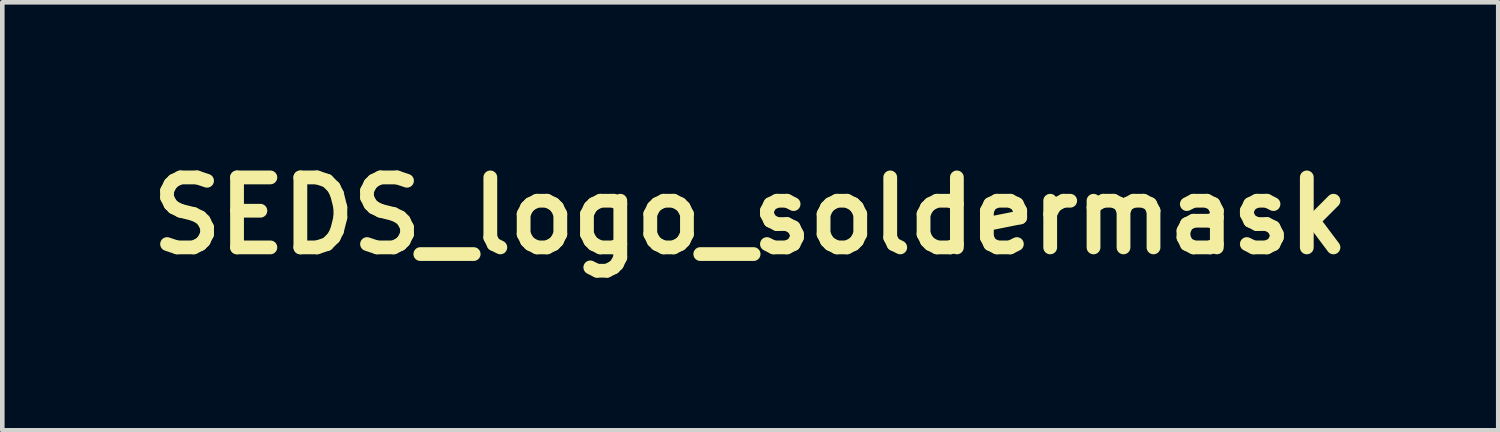
<source format=kicad_pcb>
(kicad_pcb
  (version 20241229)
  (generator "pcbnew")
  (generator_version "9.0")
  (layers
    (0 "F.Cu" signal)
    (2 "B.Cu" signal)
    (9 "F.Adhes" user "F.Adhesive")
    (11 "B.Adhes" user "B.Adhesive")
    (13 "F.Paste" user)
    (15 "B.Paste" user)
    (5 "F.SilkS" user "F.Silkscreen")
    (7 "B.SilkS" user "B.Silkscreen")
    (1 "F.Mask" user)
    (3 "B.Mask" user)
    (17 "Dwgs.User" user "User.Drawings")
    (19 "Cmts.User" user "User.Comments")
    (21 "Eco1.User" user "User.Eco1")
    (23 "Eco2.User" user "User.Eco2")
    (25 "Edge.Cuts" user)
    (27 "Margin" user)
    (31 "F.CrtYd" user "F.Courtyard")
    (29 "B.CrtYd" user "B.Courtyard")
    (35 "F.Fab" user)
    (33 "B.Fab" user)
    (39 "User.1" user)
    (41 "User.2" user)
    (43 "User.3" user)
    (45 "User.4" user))
  (footprint "SEDS_logo_soldermask"
    (layer "F.Cu")
    (at 13.288 1.648)
    (property "Reference" "SEDS_logo_soldermask" (at 0 0 0) (layer "F.SilkS") (effects (font (size 1.524 1.524) (thickness 0.3))))
    (attr through_hole)
    (fp_poly (pts (xy -1.438 -0.165) (xy -1.583 -0.066) (xy -1.803 -0.066) (xy -1.803 -0.671) (xy -1.438 -0.671) (xy -1.438 -0.165)) (stroke (width 0.01) (type solid)) (fill yes) (layer "F.Mask"))
    (fp_poly (pts (xy -1.505 0.119) (xy -1.433 0.168) (xy -1.433 0.747) (xy -1.803 0.747) (xy -1.803 0.071) (xy -1.577 0.071) (xy -1.505 0.119)) (stroke (width 0.01) (type solid)) (fill yes) (layer "F.Mask"))
    (fp_poly (pts (xy -0.224 -1.643) (xy -0.184 -1.643) (xy -0.154 -1.643) (xy -0.13 -1.642) (xy -0.11 -1.641) (xy -0.094 -1.639) (xy -0.08 -1.636) (xy -0.065 -1.633) (xy -0.058 -1.631) (xy -0.006 -1.615) (xy 0.039 -1.596) (xy 0.076 -1.574) (xy 0.108 -1.546) (xy 0.114 -1.541) (xy 0.142 -1.504) (xy 0.162 -1.462) (xy 0.174 -1.414) (xy 0.177 -1.361) (xy 0.173 -1.303) (xy 0.16 -1.241) (xy 0.139 -1.174) (xy 0.11 -1.102) (xy 0.074 -1.027) (xy 0.029 -0.947) (xy 0.000415 -0.901) (xy -0.04 -0.839) (xy 0.969 -0.837) (xy 1.089 -0.837) (xy 1.199 -0.836) (xy 1.3 -0.836) (xy 1.392 -0.836) (xy 1.476 -0.836) (xy 1.552 -0.836) (xy 1.62 -0.835) (xy 1.681 -0.835) (xy 1.736 -0.835) (xy 1.784 -0.835) (xy 1.827 -0.834) (xy 1.865 -0.834) (xy 1.897 -0.833) (xy 1.925 -0.833) (xy 1.95 -0.832) (xy 1.97 -0.832) (xy 1.988 -0.831) (xy 2.003 -0.83) (xy 2.016 -0.829) (xy 2.028 -0.829) (xy 2.038 -0.828) (xy 2.047 -0.827) (xy 2.05 -0.826) (xy 2.158 -0.81) (xy 2.257 -0.79) (xy 2.349 -0.766) (xy 2.435 -0.737) (xy 2.515 -0.703) (xy 2.591 -0.664) (xy 2.659 -0.623) (xy 2.722 -0.576) (xy 2.782 -0.522) (xy 2.837 -0.462) (xy 2.886 -0.398) (xy 2.927 -0.333) (xy 2.937 -0.313) (xy 2.954 -0.275) (xy 2.971 -0.232) (xy 2.986 -0.185) (xy 2.998 -0.138) (xy 3.005 -0.104) (xy 3.01 -0.066) (xy 3.014 -0.021) (xy 3.015 0.027) (xy 3.014 0.076) (xy 3.011 0.122) (xy 3.007 0.162) (xy 3.005 0.17) (xy 2.987 0.249) (xy 2.96 0.325) (xy 2.926 0.398) (xy 2.885 0.465) (xy 2.838 0.525) (xy 2.83 0.535) (xy 2.798 0.569) (xy 3.372 0.569) (xy 3.463 0.569) (xy 3.544 0.569) (xy 3.616 0.569) (xy 3.68 0.569) (xy 3.736 0.569) (xy 3.785 0.568) (xy 3.827 0.568) (xy 3.862 0.567) (xy 3.893 0.567) (xy 3.918 0.565) (xy 3.939 0.564) (xy 3.956 0.563) (xy 3.97 0.561) (xy 3.982 0.558) (xy 3.991 0.556) (xy 3.999 0.553) (xy 4.006 0.55) (xy 4.012 0.546) (xy 4.019 0.541) (xy 4.024 0.538) (xy 4.053 0.515) (xy 4.076 0.488) (xy 4.096 0.453) (xy 4.096 0.452) (xy 4.109 0.414) (xy 4.113 0.373) (xy 4.107 0.332) (xy 4.1 0.307) (xy 4.084 0.279) (xy 4.062 0.25) (xy 4.035 0.225) (xy 4.006 0.205) (xy 3.99 0.198) (xy 3.983 0.195) (xy 3.975 0.193) (xy 3.967 0.191) (xy 3.957 0.189) (xy 3.944 0.188) (xy 3.927 0.187) (xy 3.906 0.186) (xy 3.878 0.185) (xy 3.844 0.184) (xy 3.801 0.184) (xy 3.75 0.183) (xy 3.739 0.183) (xy 3.685 0.182) (xy 3.641 0.181) (xy 3.604 0.18) (xy 3.575 0.18) (xy 3.551 0.179) (xy 3.533 0.178) (xy 3.518 0.176) (xy 3.505 0.175) (xy 3.495 0.173) (xy 3.485 0.17) (xy 3.477 0.168) (xy 3.409 0.144) (xy 3.344 0.111) (xy 3.285 0.071) (xy 3.255 0.046) (xy 3.214 0.003) (xy 3.177 -0.048) (xy 3.145 -0.103) (xy 3.119 -0.161) (xy 3.108 -0.196) (xy 3.104 -0.211) (xy 3.101 -0.226) (xy 3.098 -0.242) (xy 3.097 -0.262) (xy 3.097 -0.286) (xy 3.096 -0.318) (xy 3.096 -0.33) (xy 3.097 -0.376) (xy 3.099 -0.414) (xy 3.103 -0.447) (xy 3.11 -0.477) (xy 3.12 -0.507) (xy 3.134 -0.539) (xy 3.145 -0.562) (xy 3.18 -0.622) (xy 3.223 -0.677) (xy 3.273 -0.725) (xy 3.329 -0.766) (xy 3.39 -0.8) (xy 3.454 -0.825) (xy 3.522 -0.841) (xy 3.536 -0.843) (xy 3.552 -0.844) (xy 3.577 -0.846) (xy 3.612 -0.846) (xy 3.657 -0.847) (xy 3.713 -0.847) (xy 3.778 -0.848) (xy 3.853 -0.848) (xy 3.939 -0.847) (xy 3.955 -0.847) (xy 4.331 -0.846) (xy 4.359 -0.833) (xy 4.392 -0.812) (xy 4.418 -0.786) (xy 4.438 -0.755) (xy 4.449 -0.721) (xy 4.453 -0.686) (xy 4.45 -0.651) (xy 4.438 -0.617) (xy 4.418 -0.586) (xy 4.404 -0.571) (xy 4.387 -0.558) (xy 4.366 -0.545) (xy 4.354 -0.539) (xy 4.326 -0.526) (xy 3.558 -0.521) (xy 3.525 -0.504) (xy 3.491 -0.483) (xy 3.461 -0.455) (xy 3.438 -0.423) (xy 3.428 -0.403) (xy 3.419 -0.367) (xy 3.417 -0.328) (xy 3.421 -0.29) (xy 3.429 -0.263) (xy 3.444 -0.233) (xy 3.467 -0.204) (xy 3.495 -0.179) (xy 3.524 -0.16) (xy 3.524 -0.16) (xy 3.553 -0.145) (xy 3.764 -0.142) (xy 3.816 -0.141) (xy 3.864 -0.14) (xy 3.907 -0.138) (xy 3.944 -0.137) (xy 3.974 -0.135) (xy 3.996 -0.134) (xy 4.008 -0.132) (xy 4.078 -0.115) (xy 4.143 -0.089) (xy 4.202 -0.056) (xy 4.257 -0.015) (xy 4.304 0.032) (xy 4.346 0.084) (xy 4.38 0.141) (xy 4.406 0.202) (xy 4.425 0.266) (xy 4.435 0.333) (xy 4.437 0.401) (xy 4.429 0.471) (xy 4.416 0.522) (xy 4.393 0.587) (xy 4.362 0.646) (xy 4.322 0.701) (xy 4.277 0.749) (xy 4.221 0.796) (xy 4.16 0.834) (xy 4.095 0.863) (xy 4.028 0.882) (xy 4.023 0.883) (xy 4.017 0.884) (xy 4.011 0.885) (xy 4.003 0.886) (xy 3.993 0.887) (xy 3.981 0.887) (xy 3.967 0.888) (xy 3.949 0.888) (xy 3.928 0.889) (xy 3.903 0.889) (xy 3.875 0.89) (xy 3.841 0.89) (xy 3.803 0.89) (xy 3.759 0.891) (xy 3.71 0.891) (xy 3.654 0.891) (xy 3.592 0.891) (xy 3.523 0.891) (xy 3.446 0.891) (xy 3.362 0.891) (xy 3.269 0.891) (xy 3.168 0.892) (xy 3.059 0.892) (xy 2.939 0.892) (xy 2.81 0.892) (xy 2.802 0.892) (xy 1.618 0.892) (xy 1.527 0.88) (xy 1.43 0.866) (xy 1.341 0.849) (xy 1.259 0.829) (xy 1.182 0.805) (xy 1.108 0.777) (xy 1.036 0.744) (xy 1.016 0.734) (xy 0.956 0.7) (xy 0.901 0.664) (xy 0.85 0.623) (xy 0.799 0.576) (xy 0.795 0.572) (xy 0.736 0.508) (xy 0.688 0.441) (xy 0.648 0.371) (xy 0.617 0.296) (xy 0.593 0.215) (xy 0.583 0.165) (xy 0.578 0.12) (xy 0.575 0.069) (xy 0.574 0.015) (xy 0.577 -0.039) (xy 0.582 -0.089) (xy 0.589 -0.133) (xy 0.59 -0.136) (xy 0.93 -0.136) (xy 0.93 -0.13) (xy 0.931 -0.13) (xy 0.937 -0.129) (xy 0.952 -0.128) (xy 0.976 -0.128) (xy 1.006 -0.127) (xy 1.042 -0.127) (xy 1.083 -0.126) (xy 1.128 -0.126) (xy 1.156 -0.126) (xy 1.374 -0.124) (xy 1.403 -0.11) (xy 1.436 -0.089) (xy 1.463 -0.06) (xy 1.48 -0.031) (xy 1.488 -0.005) (xy 1.491 0.026) (xy 1.49 0.058) (xy 1.484 0.087) (xy 1.48 0.097) (xy 1.459 0.13) (xy 1.431 0.158) (xy 1.403 0.176) (xy 1.374 0.191) (xy 1.152 0.192) (xy 1.097 0.192) (xy 1.052 0.193) (xy 1.015 0.193) (xy 0.987 0.194) (xy 0.965 0.195) (xy 0.949 0.196) (xy 0.938 0.199) (xy 0.932 0.202) (xy 0.93 0.206) (xy 0.931 0.211) (xy 0.934 0.218) (xy 0.938 0.226) (xy 0.941 0.23) (xy 0.974 0.286) (xy 1.017 0.337) (xy 1.069 0.383) (xy 1.128 0.424) (xy 1.196 0.461) (xy 1.272 0.492) (xy 1.356 0.518) (xy 1.446 0.539) (xy 1.499 0.548) (xy 1.532 0.553) (xy 1.557 0.557) (xy 1.576 0.56) (xy 1.59 0.561) (xy 1.601 0.562) (xy 1.611 0.563) (xy 1.614 0.563) (xy 1.631 0.564) (xy 1.631 -0.018) (xy 1.956 -0.018) (xy 1.956 0.565) (xy 1.988 0.562) (xy 2.006 0.56) (xy 2.031 0.557) (xy 2.058 0.553) (xy 2.078 0.551) (xy 2.122 0.543) (xy 2.171 0.533) (xy 2.221 0.521) (xy 2.27 0.507) (xy 2.314 0.493) (xy 2.342 0.483) (xy 2.416 0.45) (xy 2.481 0.412) (xy 2.537 0.369) (xy 2.585 0.321) (xy 2.624 0.269) (xy 2.656 0.211) (xy 2.679 0.148) (xy 2.679 0.148) (xy 2.683 0.131) (xy 2.686 0.114) (xy 2.688 0.096) (xy 2.689 0.073) (xy 2.689 0.044) (xy 2.689 0.03) (xy 2.689 -0.001) (xy 2.688 -0.025) (xy 2.687 -0.044) (xy 2.684 -0.061) (xy 2.68 -0.078) (xy 2.675 -0.094) (xy 2.651 -0.157) (xy 2.618 -0.216) (xy 2.576 -0.27) (xy 2.525 -0.318) (xy 2.466 -0.361) (xy 2.398 -0.4) (xy 2.323 -0.432) (xy 2.239 -0.46) (xy 2.147 -0.482) (xy 2.047 -0.499) (xy 2.036 -0.5) (xy 2.011 -0.503) (xy 1.99 -0.506) (xy 1.974 -0.507) (xy 1.966 -0.508) (xy 1.964 -0.508) (xy 1.963 -0.507) (xy 1.961 -0.505) (xy 1.96 -0.501) (xy 1.959 -0.494) (xy 1.959 -0.485) (xy 1.958 -0.472) (xy 1.957 -0.454) (xy 1.957 -0.432) (xy 1.957 -0.405) (xy 1.956 -0.372) (xy 1.956 -0.332) (xy 1.956 -0.286) (xy 1.956 -0.232) (xy 1.956 -0.169) (xy 1.956 -0.098) (xy 1.956 -0.018) (xy 1.631 -0.018) (xy 1.631 -0.509) (xy 1.596 -0.506) (xy 1.499 -0.493) (xy 1.408 -0.475) (xy 1.323 -0.452) (xy 1.244 -0.423) (xy 1.173 -0.39) (xy 1.11 -0.353) (xy 1.054 -0.311) (xy 1.008 -0.265) (xy 0.997 -0.252) (xy 0.982 -0.232) (xy 0.967 -0.21) (xy 0.953 -0.188) (xy 0.942 -0.167) (xy 0.934 -0.149) (xy 0.93 -0.136) (xy 0.59 -0.136) (xy 0.591 -0.142) (xy 0.616 -0.229) (xy 0.65 -0.309) (xy 0.692 -0.385) (xy 0.743 -0.455) (xy 0.76 -0.476) (xy 0.793 -0.513) (xy 0.245 -0.513) (xy -0.302 -0.513) (xy -0.338 -0.474) (xy -0.353 -0.458) (xy -0.373 -0.436) (xy -0.397 -0.411) (xy -0.422 -0.385) (xy -0.447 -0.359) (xy -0.448 -0.358) (xy -0.523 -0.282) (xy -0.51 -0.252) (xy -0.489 -0.212) (xy -0.461 -0.18) (xy -0.425 -0.155) (xy -0.398 -0.142) (xy -0.39 -0.139) (xy -0.383 -0.136) (xy -0.375 -0.135) (xy -0.364 -0.133) (xy -0.351 -0.132) (xy -0.334 -0.131) (xy -0.311 -0.13) (xy -0.283 -0.129) (xy -0.247 -0.128) (xy -0.204 -0.128) (xy -0.151 -0.127) (xy -0.147 -0.127) (xy -0.094 -0.126) (xy -0.049 -0.125) (xy -0.013 -0.124) (xy 0.017 -0.124) (xy 0.041 -0.123) (xy 0.059 -0.121) (xy 0.074 -0.12) (xy 0.087 -0.118) (xy 0.098 -0.116) (xy 0.108 -0.114) (xy 0.114 -0.112) (xy 0.181 -0.089) (xy 0.243 -0.057) (xy 0.301 -0.017) (xy 0.339 0.018) (xy 0.389 0.071) (xy 0.428 0.129) (xy 0.459 0.192) (xy 0.481 0.259) (xy 0.493 0.33) (xy 0.496 0.363) (xy 0.495 0.436) (xy 0.484 0.506) (xy 0.463 0.574) (xy 0.433 0.637) (xy 0.395 0.697) (xy 0.347 0.751) (xy 0.346 0.752) (xy 0.291 0.8) (xy 0.231 0.839) (xy 0.167 0.869) (xy 0.1 0.89) (xy 0.054 0.899) (xy 0.04 0.9) (xy 0.016 0.901) (xy -0.017 0.902) (xy -0.06 0.903) (xy -0.112 0.903) (xy -0.172 0.904) (xy -0.24 0.904) (xy -0.316 0.904) (xy -0.348 0.904) (xy -0.417 0.904) (xy -0.478 0.904) (xy -0.529 0.904) (xy -0.573 0.904) (xy -0.609 0.904) (xy -0.639 0.903) (xy -0.664 0.903) (xy -0.684 0.902) (xy -0.699 0.901) (xy -0.712 0.9) (xy -0.721 0.899) (xy -0.729 0.898) (xy -0.736 0.896) (xy -0.743 0.894) (xy -0.743 0.894) (xy -0.779 0.878) (xy -0.809 0.854) (xy -0.833 0.823) (xy -0.85 0.788) (xy -0.856 0.758) (xy -0.857 0.738) (xy -0.854 0.717) (xy -0.849 0.697) (xy -0.833 0.66) (xy -0.809 0.629) (xy -0.777 0.605) (xy -0.761 0.596) (xy -0.729 0.582) (xy 0.028 0.577) (xy 0.057 0.563) (xy 0.091 0.543) (xy 0.121 0.516) (xy 0.145 0.485) (xy 0.155 0.466) (xy 0.169 0.425) (xy 0.172 0.383) (xy 0.167 0.343) (xy 0.154 0.304) (xy 0.132 0.27) (xy 0.103 0.24) (xy 0.067 0.217) (xy 0.047 0.208) (xy 0.04 0.205) (xy 0.032 0.203) (xy 0.023 0.201) (xy 0.013 0.199) (xy -0.001 0.198) (xy -0.019 0.197) (xy -0.042 0.196) (xy -0.072 0.195) (xy -0.108 0.195) (xy -0.153 0.194) (xy -0.203 0.193) (xy -0.257 0.192) (xy -0.301 0.191) (xy -0.338 0.19) (xy -0.368 0.19) (xy -0.391 0.189) (xy -0.41 0.187) (xy -0.425 0.186) (xy -0.438 0.184) (xy -0.449 0.182) (xy -0.459 0.18) (xy -0.465 0.178) (xy -0.502 0.166) (xy -0.541 0.15) (xy -0.581 0.13) (xy -0.616 0.11) (xy -0.632 0.1) (xy -0.657 0.08) (xy -0.685 0.054) (xy -0.713 0.027) (xy -0.737 0.000099) (xy -0.755 -0.023) (xy -0.774 -0.05) (xy -0.826 -0.005) (xy -0.878 0.041) (xy -0.881 0.085) (xy -0.892 0.186) (xy -0.908 0.281) (xy -0.931 0.37) (xy -0.961 0.457) (xy -0.999 0.543) (xy -1.019 0.584) (xy -1.075 0.681) (xy -1.139 0.771) (xy -1.21 0.855) (xy -1.288 0.931) (xy -1.373 1) (xy -1.465 1.062) (xy -1.561 1.115) (xy -1.619 1.142) (xy -1.672 1.165) (xy -1.724 1.183) (xy -1.776 1.199) (xy -1.795 1.204) (xy -1.904 1.226) (xy -2.014 1.24) (xy -2.124 1.243) (xy -2.233 1.237) (xy -2.341 1.221) (xy -2.447 1.195) (xy -2.492 1.181) (xy -2.545 1.163) (xy -2.663 1.222) (xy -2.739 1.26) (xy -2.815 1.296) (xy -2.893 1.332) (xy -2.968 1.366) (xy -3.041 1.398) (xy -3.11 1.427) (xy -3.173 1.452) (xy -3.221 1.471) (xy -3.259 1.485) (xy -3.29 1.496) (xy -3.315 1.505) (xy -3.336 1.512) (xy -3.355 1.519) (xy -3.373 1.525) (xy -3.393 1.532) (xy -3.399 1.534) (xy -3.519 1.572) (xy -3.635 1.604) (xy -3.744 1.63) (xy -3.848 1.649) (xy -3.944 1.661) (xy -4.034 1.667) (xy -4.117 1.666) (xy -4.125 1.666) (xy -4.197 1.658) (xy -4.261 1.643) (xy -4.317 1.622) (xy -4.36 1.598) (xy -4.398 1.567) (xy -4.427 1.531) (xy -4.448 1.488) (xy -4.461 1.44) (xy -4.465 1.387) (xy -4.465 1.386) (xy -4.461 1.326) (xy -4.448 1.261) (xy -4.434 1.217) (xy -4.14 1.217) (xy -4.133 1.262) (xy -4.117 1.303) (xy -4.092 1.339) (xy -4.059 1.37) (xy -4.018 1.396) (xy -3.969 1.416) (xy -3.911 1.43) (xy -3.891 1.433) (xy -3.869 1.435) (xy -3.838 1.436) (xy -3.802 1.436) (xy -3.763 1.435) (xy -3.722 1.433) (xy -3.683 1.43) (xy -3.646 1.427) (xy -3.616 1.423) (xy -3.614 1.422) (xy -3.546 1.41) (xy -3.478 1.396) (xy -3.407 1.378) (xy -3.333 1.357) (xy -3.252 1.331) (xy -3.211 1.317) (xy -3.117 1.284) (xy -3.021 1.248) (xy -2.925 1.209) (xy -2.832 1.169) (xy -2.751 1.131) (xy -2.685 1.099) (xy -2.717 1.08) (xy -2.75 1.061) (xy -2.834 1.097) (xy -2.959 1.148) (xy -3.077 1.192) (xy -3.189 1.229) (xy -3.296 1.26) (xy -3.398 1.285) (xy -3.477 1.301) (xy -3.511 1.306) (xy -3.551 1.31) (xy -3.593 1.312) (xy -3.637 1.314) (xy -3.679 1.314) (xy -3.719 1.313) (xy -3.754 1.31) (xy -3.782 1.307) (xy -3.795 1.304) (xy -3.846 1.286) (xy -3.889 1.263) (xy -3.923 1.235) (xy -3.948 1.201) (xy -3.966 1.162) (xy -3.974 1.127) (xy -3.976 1.079) (xy -3.97 1.027) (xy -3.956 0.971) (xy -3.933 0.909) (xy -3.903 0.844) (xy -3.897 0.833) (xy -3.549 0.833) (xy -3.545 0.875) (xy -3.533 0.912) (xy -3.513 0.944) (xy -3.484 0.969) (xy -3.447 0.99) (xy -3.402 1.004) (xy -3.379 1.007) (xy -3.347 1.009) (xy -3.311 1.01) (xy -3.271 1.009) (xy -3.23 1.007) (xy -3.192 1.003) (xy -3.157 0.998) (xy -3.142 0.996) (xy -3.114 0.99) (xy -3.084 0.983) (xy -3.051 0.975) (xy -3.019 0.967) (xy -2.989 0.959) (xy -2.963 0.951) (xy -2.942 0.945) (xy -2.927 0.94) (xy -2.922 0.937) (xy -2.925 0.934) (xy -2.934 0.924) (xy -2.948 0.91) (xy -2.965 0.892) (xy -2.973 0.884) (xy -3.045 0.805) (xy -3.108 0.722) (xy -3.164 0.635) (xy -3.193 0.583) (xy -3.215 0.537) (xy -3.236 0.491) (xy -3.255 0.446) (xy -3.269 0.405) (xy -3.274 0.388) (xy -3.279 0.372) (xy -3.283 0.361) (xy -3.285 0.356) (xy -3.289 0.359) (xy -3.298 0.368) (xy -3.311 0.383) (xy -3.327 0.403) (xy -3.345 0.426) (xy -3.365 0.451) (xy -3.384 0.477) (xy -3.403 0.502) (xy -3.42 0.526) (xy -3.426 0.536) (xy -3.449 0.572) (xy -3.471 0.61) (xy -3.492 0.649) (xy -3.51 0.687) (xy -3.524 0.72) (xy -3.53 0.734) (xy -3.543 0.786) (xy -3.549 0.833) (xy -3.897 0.833) (xy -3.866 0.776) (xy -3.82 0.704) (xy -3.768 0.629) (xy -3.709 0.552) (xy -3.643 0.472) (xy -3.571 0.39) (xy -3.492 0.307) (xy -3.408 0.224) (xy -3.327 0.145) (xy -3.328 0.107) (xy -3.33 0.069) (xy -3.383 0.116) (xy -3.406 0.137) (xy -3.434 0.164) (xy -3.466 0.195) (xy -3.502 0.23) (xy -3.539 0.267) (xy -3.577 0.305) (xy -3.614 0.343) (xy -3.65 0.379) (xy -3.683 0.413) (xy -3.712 0.444) (xy -3.736 0.47) (xy -3.752 0.488) (xy -3.829 0.578) (xy -3.897 0.665) (xy -3.957 0.749) (xy -4.009 0.828) (xy -4.052 0.904) (xy -4.087 0.975) (xy -4.113 1.042) (xy -4.131 1.105) (xy -4.14 1.163) (xy -4.14 1.217) (xy -4.434 1.217) (xy -4.426 1.192) (xy -4.396 1.118) (xy -4.358 1.041) (xy -4.311 0.961) (xy -4.257 0.877) (xy -4.195 0.79) (xy -4.126 0.7) (xy -4.049 0.607) (xy -3.965 0.513) (xy -3.874 0.416) (xy -3.777 0.317) (xy -3.673 0.217) (xy -3.563 0.115) (xy -3.446 0.013) (xy -3.414 -0.015) (xy -3.392 -0.034) (xy -3.372 -0.051) (xy -3.355 -0.065) (xy -3.343 -0.075) (xy -3.339 -0.079) (xy -3.333 -0.086) (xy -3.328 -0.097) (xy -3.325 -0.114) (xy -3.322 -0.132) (xy -3.303 -0.242) (xy -3.275 -0.349) (xy -3.237 -0.452) (xy -3.191 -0.55) (xy -3.137 -0.643) (xy -3.075 -0.731) (xy -3.015 -0.803) (xy -2.921 -0.803) (xy -2.921 -0.015) (xy -2.921 0.101) (xy -2.921 0.208) (xy -2.921 0.305) (xy -2.921 0.392) (xy -2.92 0.47) (xy -2.92 0.539) (xy -2.92 0.6) (xy -2.919 0.651) (xy -2.919 0.695) (xy -2.918 0.73) (xy -2.918 0.758) (xy -2.917 0.778) (xy -2.916 0.79) (xy -2.915 0.795) (xy -2.905 0.819) (xy -2.888 0.842) (xy -2.867 0.861) (xy -2.853 0.869) (xy -2.848 0.871) (xy -2.841 0.873) (xy -2.834 0.875) (xy -2.823 0.876) (xy -2.809 0.877) (xy -2.79 0.877) (xy -2.767 0.878) (xy -2.737 0.878) (xy -2.699 0.878) (xy -2.654 0.879) (xy -2.6 0.879) (xy -2.57 0.879) (xy -2.512 0.879) (xy -2.463 0.879) (xy -2.422 0.878) (xy -2.388 0.878) (xy -2.361 0.878) (xy -2.34 0.877) (xy -2.324 0.876) (xy -2.312 0.875) (xy -2.303 0.874) (xy -2.296 0.872) (xy -2.291 0.87) (xy -2.289 0.869) (xy -2.268 0.856) (xy -2.248 0.837) (xy -2.233 0.816) (xy -2.225 0.799) (xy -2.225 0.792) (xy -2.224 0.776) (xy -2.223 0.751) (xy -2.223 0.717) (xy -2.222 0.674) (xy -2.222 0.622) (xy -2.221 0.561) (xy -2.221 0.49) (xy -2.22 0.41) (xy -2.22 0.32) (xy -2.22 0.22) (xy -2.22 0.11) (xy -2.22 -0.009) (xy -2.22 -0.011) (xy -2.22 -0.803) (xy -1.956 -0.803) (xy -1.956 0.879) (xy -1.354 0.876) (xy -1.33 0.86) (xy -1.306 0.837) (xy -1.293 0.817) (xy -1.28 0.79) (xy -1.28 0.475) (xy -1.28 0.403) (xy -1.28 0.34) (xy -1.281 0.287) (xy -1.281 0.243) (xy -1.282 0.207) (xy -1.283 0.179) (xy -1.284 0.159) (xy -1.285 0.147) (xy -1.286 0.142) (xy -1.292 0.128) (xy -1.299 0.115) (xy -1.31 0.102) (xy -1.326 0.089) (xy -1.347 0.073) (xy -1.375 0.054) (xy -1.386 0.047) (xy -1.459 -0.001) (xy -1.396 -0.039) (xy -1.372 -0.054) (xy -1.35 -0.069) (xy -1.331 -0.083) (xy -1.319 -0.093) (xy -1.317 -0.095) (xy -1.31 -0.103) (xy -1.305 -0.11) (xy -1.3 -0.117) (xy -1.296 -0.126) (xy -1.293 -0.136) (xy -1.29 -0.149) (xy -1.289 -0.165) (xy -1.287 -0.186) (xy -1.287 -0.189) (xy -0.895 -0.189) (xy -0.892 -0.153) (xy -0.889 -0.135) (xy -0.887 -0.122) (xy -0.885 -0.117) (xy -0.885 -0.117) (xy -0.88 -0.12) (xy -0.869 -0.128) (xy -0.855 -0.14) (xy -0.854 -0.141) (xy -0.827 -0.165) (xy -0.833 -0.196) (xy -0.838 -0.217) (xy -0.842 -0.229) (xy -0.848 -0.233) (xy -0.855 -0.229) (xy -0.867 -0.218) (xy -0.871 -0.214) (xy -0.895 -0.189) (xy -1.287 -0.189) (xy -1.286 -0.212) (xy -1.286 -0.244) (xy -1.286 -0.284) (xy -1.286 -0.33) (xy -1.286 -0.386) (xy -1.286 -0.443) (xy -1.288 -0.731) (xy -1.303 -0.753) (xy -1.325 -0.775) (xy -1.346 -0.789) (xy -1.373 -0.803) (xy -1.956 -0.803) (xy -2.22 -0.803) (xy -2.372 -0.803) (xy -2.372 0.747) (xy -2.769 0.747) (xy -2.769 -0.803) (xy -2.921 -0.803) (xy -3.015 -0.803) (xy -3.006 -0.814) (xy -2.929 -0.889) (xy -2.872 -0.937) (xy -1.337 -0.937) (xy -1.31 -0.915) (xy -1.285 -0.893) (xy -1.257 -0.866) (xy -1.227 -0.836) (xy -1.197 -0.805) (xy -1.171 -0.775) (xy -1.151 -0.752) (xy -1.111 -0.697) (xy -1.071 -0.638) (xy -1.034 -0.575) (xy -1.001 -0.513) (xy -0.974 -0.454) (xy -0.97 -0.445) (xy -0.961 -0.422) (xy -0.955 -0.408) (xy -0.951 -0.4) (xy -0.948 -0.398) (xy -0.945 -0.399) (xy -0.943 -0.402) (xy -0.938 -0.408) (xy -0.928 -0.421) (xy -0.915 -0.439) (xy -0.899 -0.46) (xy -0.891 -0.47) (xy -0.843 -0.539) (xy -0.802 -0.604) (xy -0.77 -0.666) (xy -0.747 -0.724) (xy -0.733 -0.777) (xy -0.728 -0.816) (xy -0.729 -0.859) (xy -0.738 -0.897) (xy -0.755 -0.929) (xy -0.781 -0.955) (xy -0.815 -0.976) (xy -0.854 -0.992) (xy -0.869 -0.996) (xy -0.883 -0.999) (xy -0.898 -1.001) (xy -0.917 -1.002) (xy -0.941 -1.003) (xy -0.973 -1.003) (xy -0.978 -1.003) (xy -1.028 -1.001) (xy -1.075 -0.998) (xy -1.122 -0.991) (xy -1.172 -0.981) (xy -1.227 -0.968) (xy -1.268 -0.957) (xy -1.337 -0.937) (xy -2.872 -0.937) (xy -2.846 -0.959) (xy -2.757 -1.02) (xy -2.661 -1.074) (xy -2.625 -1.091) (xy -1.578 -1.091) (xy -1.575 -1.088) (xy -1.564 -1.082) (xy -1.549 -1.074) (xy -1.548 -1.073) (xy -1.516 -1.058) (xy -1.47 -1.078) (xy -1.397 -1.109) (xy -1.321 -1.14) (xy -1.242 -1.169) (xy -1.164 -1.197) (xy -1.087 -1.222) (xy -1.013 -1.244) (xy -0.944 -1.263) (xy -0.882 -1.277) (xy -0.871 -1.279) (xy -0.826 -1.288) (xy -0.788 -1.295) (xy -0.755 -1.3) (xy -0.726 -1.304) (xy -0.698 -1.306) (xy -0.668 -1.307) (xy -0.634 -1.308) (xy -0.62 -1.308) (xy -0.584 -1.307) (xy -0.556 -1.307) (xy -0.534 -1.306) (xy -0.516 -1.304) (xy -0.498 -1.3) (xy -0.48 -1.296) (xy -0.43 -1.28) (xy -0.387 -1.257) (xy -0.352 -1.228) (xy -0.325 -1.193) (xy -0.316 -1.176) (xy -0.31 -1.162) (xy -0.306 -1.151) (xy -0.304 -1.138) (xy -0.303 -1.122) (xy -0.303 -1.099) (xy -0.303 -1.082) (xy -0.304 -1.046) (xy -0.307 -1.013) (xy -0.314 -0.982) (xy -0.324 -0.948) (xy -0.338 -0.911) (xy -0.355 -0.872) (xy -0.371 -0.838) (xy -0.257 -0.841) (xy -0.223 -0.907) (xy -0.191 -0.977) (xy -0.168 -1.042) (xy -0.153 -1.103) (xy -0.146 -1.158) (xy -0.149 -1.21) (xy -0.155 -1.242) (xy -0.17 -1.282) (xy -0.195 -1.318) (xy -0.228 -1.348) (xy -0.269 -1.373) (xy -0.318 -1.393) (xy -0.363 -1.405) (xy -0.386 -1.409) (xy -0.417 -1.412) (xy -0.453 -1.414) (xy -0.49 -1.415) (xy -0.526 -1.415) (xy -0.558 -1.414) (xy -0.579 -1.412) (xy -0.603 -1.409) (xy -0.627 -1.407) (xy -0.645 -1.405) (xy -0.698 -1.397) (xy -0.758 -1.385) (xy -0.825 -1.37) (xy -0.896 -1.351) (xy -0.971 -1.33) (xy -1.047 -1.306) (xy -1.123 -1.281) (xy -1.184 -1.259) (xy -1.21 -1.249) (xy -1.241 -1.237) (xy -1.276 -1.222) (xy -1.314 -1.207) (xy -1.353 -1.191) (xy -1.392 -1.174) (xy -1.431 -1.158) (xy -1.467 -1.142) (xy -1.501 -1.127) (xy -1.529 -1.115) (xy -1.553 -1.104) (xy -1.569 -1.096) (xy -1.577 -1.091) (xy -1.578 -1.091) (xy -2.625 -1.091) (xy -2.561 -1.12) (xy -2.475 -1.151) (xy -2.391 -1.175) (xy -2.306 -1.191) (xy -2.217 -1.201) (xy -2.123 -1.205) (xy -2.103 -1.206) (xy -2.029 -1.204) (xy -1.962 -1.199) (xy -1.898 -1.19) (xy -1.834 -1.178) (xy -1.768 -1.161) (xy -1.762 -1.159) (xy -1.729 -1.149) (xy -1.615 -1.206) (xy -1.444 -1.289) (xy -1.279 -1.363) (xy -1.12 -1.429) (xy -0.966 -1.486) (xy -0.818 -1.535) (xy -0.676 -1.576) (xy -0.539 -1.609) (xy -0.408 -1.633) (xy -0.401 -1.634) (xy -0.376 -1.638) (xy -0.348 -1.64) (xy -0.316 -1.642) (xy -0.279 -1.643) (xy -0.234 -1.643) (xy -0.224 -1.643)) (stroke (width 0.01) (type solid)) (fill yes) (layer "F.Mask")))
  (gr_rect
    (start -3 -3)
    (end 29.576 6.32)
    (stroke (width 0.1) (type default))
    (fill no)
    (layer "Edge.Cuts")))
</source>
